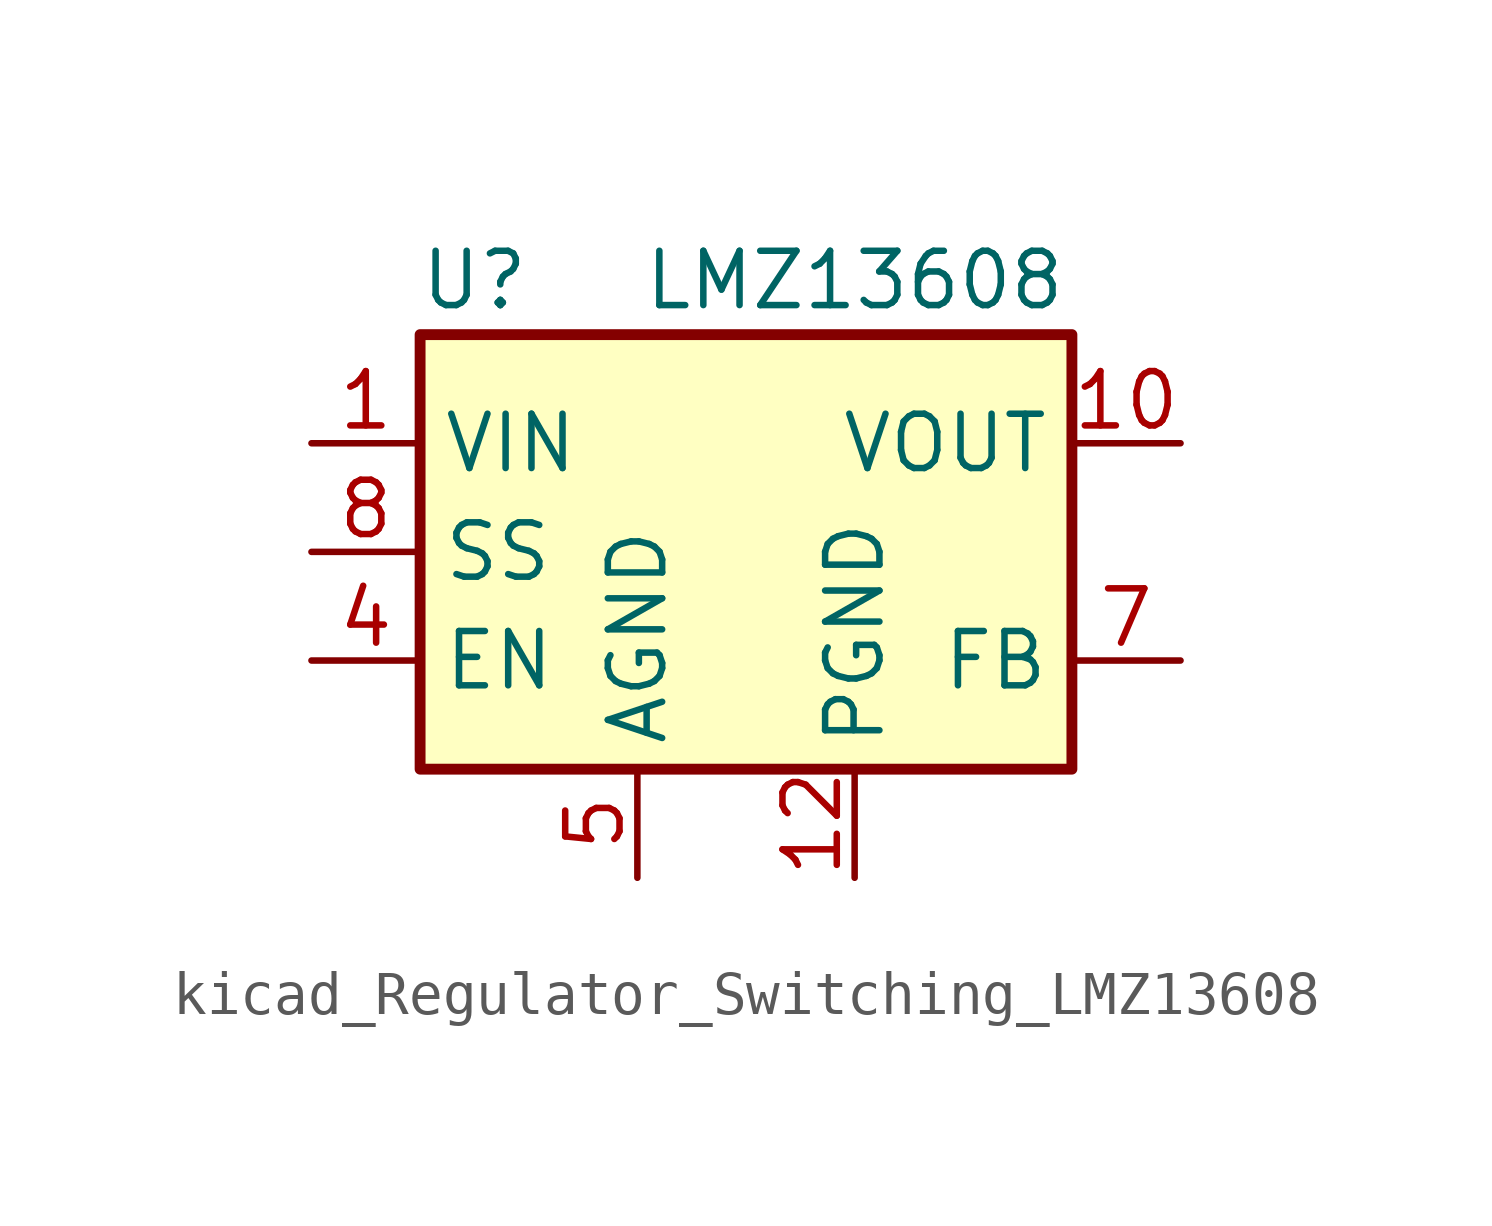
<source format=kicad_sym>
(kicad_symbol_lib
  (version 20220914)
  (generator kicad_symbol_editor)
  (symbol "kicad_Regulator_Switching_LMZ13608"
    (property "Reference" "U"
      (at -6.35 6.35 0)
      (effects (font (size 1.27 1.27))))
    (property "Value" "LMZ13608"
      (at 2.54 6.35 0)
      (effects (font (size 1.27 1.27))))
    (symbol "kicad_Regulator_Switching_LMZ13608_0_1"
      (rectangle (start -7.62 5.08) (end 7.62 -5.08) (stroke (width 0.254) (type default)) (fill (type background))))
    (symbol "kicad_Regulator_Switching_LMZ13608_1_1"
      (pin power_in line (at -10.16 2.54 0) (length 2.54) (name "VIN" (effects (font (size 1.27 1.27)))) (number "1" (effects (font (size 1.27 1.27)))))
      (pin power_out line (at 10.16 2.54 180) (length 2.54) (name "VOUT" (effects (font (size 1.27 1.27)))) (number "10" (effects (font (size 1.27 1.27)))))
      (pin passive line (at 10.16 2.54 180) (length 2.54) hide (name "VOUT" (effects (font (size 1.27 1.27)))) (number "11" (effects (font (size 1.27 1.27)))))
      (pin power_in line (at 2.54 -7.62 90) (length 2.54) (name "PGND" (effects (font (size 1.27 1.27)))) (number "12" (effects (font (size 1.27 1.27)))))
      (pin passive line (at -10.16 2.54 0) (length 2.54) hide (name "VIN" (effects (font (size 1.27 1.27)))) (number "2" (effects (font (size 1.27 1.27)))))
      (pin passive line (at -2.54 -7.62 90) (length 2.54) hide (name "AGND" (effects (font (size 1.27 1.27)))) (number "3" (effects (font (size 1.27 1.27)))))
      (pin input line (at -10.16 -2.54 0) (length 2.54) (name "EN" (effects (font (size 1.27 1.27)))) (number "4" (effects (font (size 1.27 1.27)))))
      (pin power_in line (at -2.54 -7.62 90) (length 2.54) (name "AGND" (effects (font (size 1.27 1.27)))) (number "5" (effects (font (size 1.27 1.27)))))
      (pin passive line (at -2.54 -7.62 90) (length 2.54) hide (name "AGND" (effects (font (size 1.27 1.27)))) (number "6" (effects (font (size 1.27 1.27)))))
      (pin input line (at 10.16 -2.54 180) (length 2.54) (name "FB" (effects (font (size 1.27 1.27)))) (number "7" (effects (font (size 1.27 1.27)))))
      (pin input line (at -10.16 0 0) (length 2.54) (name "SS" (effects (font (size 1.27 1.27)))) (number "8" (effects (font (size 1.27 1.27)))))
      (pin no_connect line (at 7.62 0 180) (length 2.54) hide (name "NC" (effects (font (size 1.27 1.27)))) (number "9" (effects (font (size 1.27 1.27))))))))
</source>
